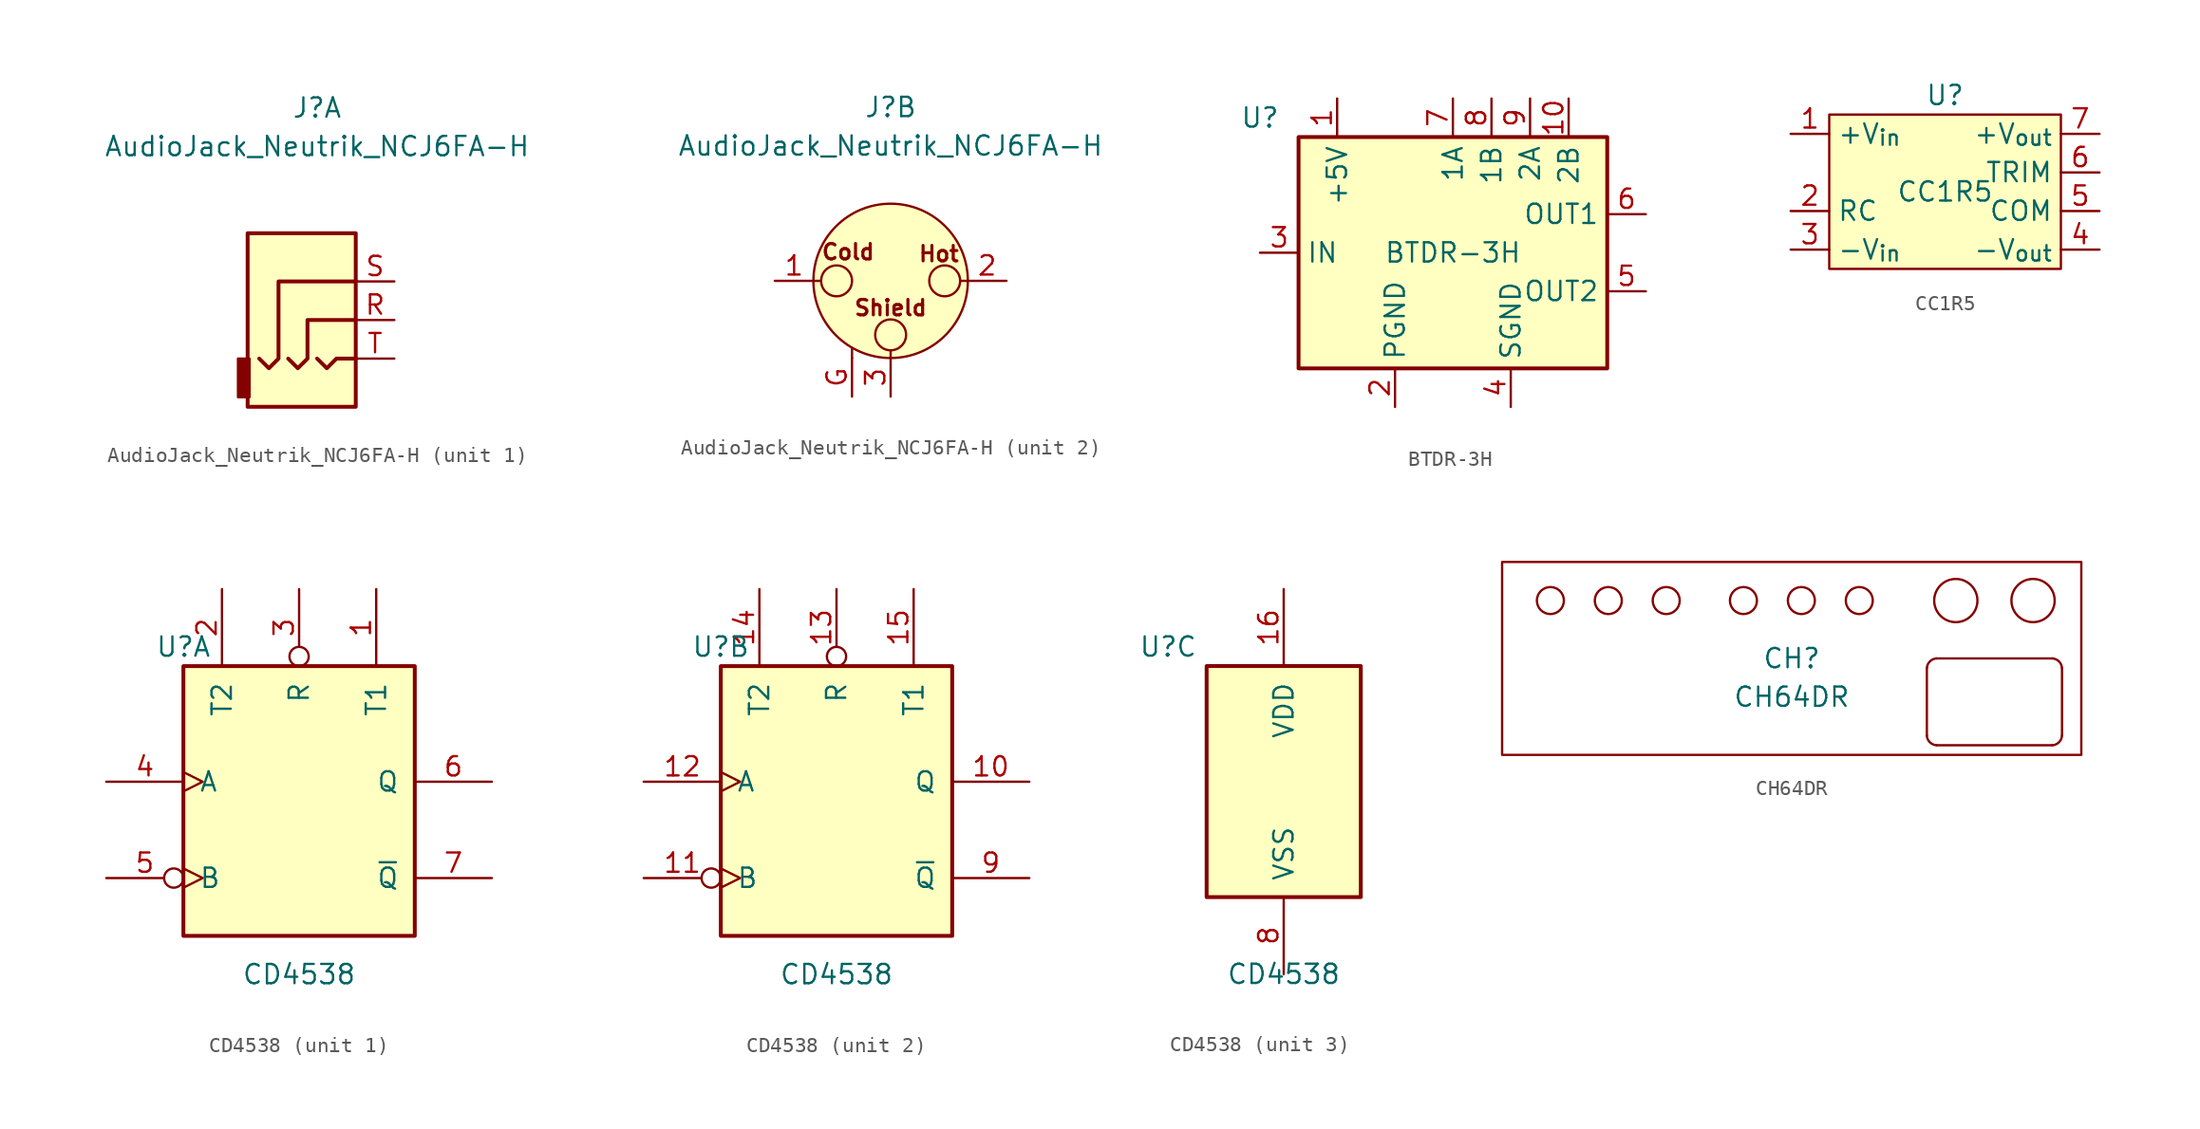
<source format=kicad_sym>
(kicad_symbol_lib
  (version 20211014)
  (generator kicad_symbol_editor)
  (symbol "AudioJack_Neutrik_NCJ6FA-H"
    (pin_names
      (offset 1.016))
    (property "Reference" "J"
      (at 0 11.43 0)
      (effects (font (size 1.27 1.27))))
    (property "Value" "AudioJack_Neutrik_NCJ6FA-H"
      (at 0 8.89 0)
      (effects (font (size 1.27 1.27))))
    (property "ki_locked" ""
      (at 0 0 0)
      (effects (font (size 1.27 1.27))))
    (symbol "AudioJack_Neutrik_NCJ6FA-H_1_1"
      (rectangle (start -4.445 -7.62) (end -5.207 -5.08) (stroke (width 0) (type default) (color 0 0 0 0)) (fill (type outline)))
      (polyline (pts (xy 0 -5.08) (xy 0.635 -5.715) (xy 1.27 -5.08) (xy 2.54 -5.08)) (stroke (width 0.254) (type default) (color 0 0 0 0)) (fill (type none)))
      (polyline (pts (xy 2.54 -2.54) (xy -0.635 -2.54) (xy -0.635 -5.08) (xy -1.27 -5.715) (xy -1.905 -5.08)) (stroke (width 0.254) (type default) (color 0 0 0 0)) (fill (type none)))
      (polyline (pts (xy 2.54 0) (xy -2.54 0) (xy -2.54 -5.08) (xy -3.175 -5.715) (xy -3.81 -5.08)) (stroke (width 0.254) (type default) (color 0 0 0 0)) (fill (type none)))
      (rectangle (start 2.54 -8.255) (end -4.572 3.175) (stroke (width 0.254) (type default) (color 0 0 0 0)) (fill (type background)))
      (pin passive line (at 5.08 -2.54 180) (length 2.54) (name "~" (effects (font (size 1.27 1.27)))) (number "R" (effects (font (size 1.27 1.27)))))
      (pin passive line (at 5.08 0 180) (length 2.54) (name "~" (effects (font (size 1.27 1.27)))) (number "S" (effects (font (size 1.27 1.27)))))
      (pin passive line (at 5.08 -5.08 180) (length 2.54) (name "~" (effects (font (size 1.27 1.27)))) (number "T" (effects (font (size 1.27 1.27))))))
    (symbol "AudioJack_Neutrik_NCJ6FA-H_2_1"
      (circle (center -3.556 0) (radius 1.016) (stroke (width 0) (type default) (color 0 0 0 0)) (fill (type none)))
      (circle (center 0 -3.556) (radius 1.016) (stroke (width 0) (type default) (color 0 0 0 0)) (fill (type none)))
      (polyline (pts (xy -5.08 0) (xy -4.572 0)) (stroke (width 0) (type default) (color 0 0 0 0)) (fill (type none)))
      (polyline (pts (xy -2.54 -5.08) (xy -2.54 -4.445)) (stroke (width 0) (type default) (color 0 0 0 0)) (fill (type none)))
      (polyline (pts (xy 0 -5.08) (xy 0 -4.572)) (stroke (width 0) (type default) (color 0 0 0 0)) (fill (type none)))
      (polyline (pts (xy 5.08 0) (xy 4.572 0)) (stroke (width 0) (type default) (color 0 0 0 0)) (fill (type none)))
      (circle (center 0 0) (radius 5.08) (stroke (width 0) (type default) (color 0 0 0 0)) (fill (type background)))
      (circle (center 3.556 0) (radius 1.016) (stroke (width 0) (type default) (color 0 0 0 0)) (fill (type none)))
      (text "Cold" (at -2.794 1.905 0) (effects (font (size 1.016 1.016) bold)))
      (text "Hot" (at 3.175 1.778 0) (effects (font (size 1.016 1.016) bold)))
      (text "Shield" (at 0 -1.778 0) (effects (font (size 1.016 1.016) bold)))
      (pin passive line (at -7.62 0 0) (length 2.54) (name "~" (effects (font (size 1.27 1.27)))) (number "1" (effects (font (size 1.27 1.27)))))
      (pin passive line (at 7.62 0 180) (length 2.54) (name "~" (effects (font (size 1.27 1.27)))) (number "2" (effects (font (size 1.27 1.27)))))
      (pin passive line (at 0 -7.62 90) (length 2.54) (name "~" (effects (font (size 1.27 1.27)))) (number "3" (effects (font (size 1.27 1.27)))))
      (pin passive line (at -2.54 -7.62 90) (length 2.54) (name "~" (effects (font (size 1.27 1.27)))) (number "G" (effects (font (size 1.27 1.27)))))))
  (symbol "BTDR-3H"
    (property "Reference" "U"
      (at -12.7 8.89 0)
      (effects (font (size 1.27 1.27))))
    (property "Value" "BTDR-3H"
      (at 0 0 0)
      (effects (font (size 1.27 1.27))))
    (symbol "BTDR-3H_0_1"
      (rectangle (start 10.16 7.62) (end -10.16 -7.62) (stroke (width 0.254) (type default) (color 0 0 0 0)) (fill (type background))))
    (symbol "BTDR-3H_1_1"
      (pin power_in line (at -7.62 10.16 270) (length 2.54) (name "+5V" (effects (font (size 1.27 1.27)))) (number "1" (effects (font (size 1.27 1.27)))))
      (pin input line (at 7.62 10.16 270) (length 2.54) (name "2B" (effects (font (size 1.27 1.27)))) (number "10" (effects (font (size 1.27 1.27)))))
      (pin power_in line (at -3.81 -10.16 90) (length 2.54) (name "PGND" (effects (font (size 1.27 1.27)))) (number "2" (effects (font (size 1.27 1.27)))))
      (pin input line (at -12.7 0 0) (length 2.54) (name "IN" (effects (font (size 1.27 1.27)))) (number "3" (effects (font (size 1.27 1.27)))))
      (pin power_in line (at 3.81 -10.16 90) (length 2.54) (name "SGND" (effects (font (size 1.27 1.27)))) (number "4" (effects (font (size 1.27 1.27)))))
      (pin output line (at 12.7 -2.54 180) (length 2.54) (name "OUT2" (effects (font (size 1.27 1.27)))) (number "5" (effects (font (size 1.27 1.27)))))
      (pin output line (at 12.7 2.54 180) (length 2.54) (name "OUT1" (effects (font (size 1.27 1.27)))) (number "6" (effects (font (size 1.27 1.27)))))
      (pin input line (at 0 10.16 270) (length 2.54) (name "1A" (effects (font (size 1.27 1.27)))) (number "7" (effects (font (size 1.27 1.27)))))
      (pin input line (at 2.54 10.16 270) (length 2.54) (name "1B" (effects (font (size 1.27 1.27)))) (number "8" (effects (font (size 1.27 1.27)))))
      (pin input line (at 5.08 10.16 270) (length 2.54) (name "2A" (effects (font (size 1.27 1.27)))) (number "9" (effects (font (size 1.27 1.27)))))))
  (symbol "CC1R5"
    (property "Reference" "U"
      (at 0 6.35 0)
      (effects (font (size 1.27 1.27))))
    (property "Value" "CC1R5"
      (at 0 0 0)
      (effects (font (size 1.27 1.27))))
    (symbol "CC1R5_0_1"
      (rectangle (start -7.62 5.08) (end 7.62 -5.08) (stroke (width 0.152) (type default) (color 0 0 0 0)) (fill (type background))))
    (symbol "CC1R5_1_1"
      (pin input line (at -10.16 3.81 0) (length 2.54) (name "+V_{in}" (effects (font (size 1.27 1.27)))) (number "1" (effects (font (size 1.27 1.27)))))
      (pin input line (at -10.16 -1.27 0) (length 2.54) (name "RC" (effects (font (size 1.27 1.27)))) (number "2" (effects (font (size 1.27 1.27)))))
      (pin input line (at -10.16 -3.81 0) (length 2.54) (name "-V_{in}" (effects (font (size 1.27 1.27)))) (number "3" (effects (font (size 1.27 1.27)))))
      (pin output line (at 10.16 -3.81 180) (length 2.54) (name "-V_{out}" (effects (font (size 1.27 1.27)))) (number "4" (effects (font (size 1.27 1.27)))))
      (pin output line (at 10.16 -1.27 180) (length 2.54) (name "COM" (effects (font (size 1.27 1.27)))) (number "5" (effects (font (size 1.27 1.27)))))
      (pin output line (at 10.16 1.27 180) (length 2.54) (name "TRIM" (effects (font (size 1.27 1.27)))) (number "6" (effects (font (size 1.27 1.27)))))
      (pin output line (at 10.16 3.81 180) (length 2.54) (name "+V_{out}" (effects (font (size 1.27 1.27)))) (number "7" (effects (font (size 1.27 1.27)))))))
  (symbol "CD4538"
    (pin_names
      (offset 1.016))
    (property "Reference" "U"
      (at -7.62 8.89 0)
      (effects (font (size 1.27 1.27))))
    (property "Value" "CD4538"
      (at 0 -12.7 0)
      (effects (font (size 1.27 1.27))))
    (property "ki_locked" ""
      (at 0 0 0)
      (effects (font (size 1.27 1.27))))
    (symbol "CD4538_1_0"
      (pin power_in line (at 5.08 12.7 270) (length 5.08) (name "T1" (effects (font (size 1.27 1.27)))) (number "1" (effects (font (size 1.27 1.27)))))
      (pin input line (at -5.08 12.7 270) (length 5.08) (name "T2" (effects (font (size 1.27 1.27)))) (number "2" (effects (font (size 1.27 1.27)))))
      (pin input inverted (at 0 12.7 270) (length 5.08) (name "R" (effects (font (size 1.27 1.27)))) (number "3" (effects (font (size 1.27 1.27)))))
      (pin input clock (at -12.7 0 0) (length 5.08) (name "A" (effects (font (size 1.27 1.27)))) (number "4" (effects (font (size 1.27 1.27)))))
      (pin input inverted_clock (at -12.7 -6.35 0) (length 5.08) (name "B" (effects (font (size 1.27 1.27)))) (number "5" (effects (font (size 1.27 1.27)))))
      (pin output line (at 12.7 0 180) (length 5.08) (name "Q" (effects (font (size 1.27 1.27)))) (number "6" (effects (font (size 1.27 1.27)))))
      (pin output line (at 12.7 -6.35 180) (length 5.08) (name "~{Q}" (effects (font (size 1.27 1.27)))) (number "7" (effects (font (size 1.27 1.27))))))
    (symbol "CD4538_1_1"
      (rectangle (start -7.62 7.62) (end 7.62 -10.16) (stroke (width 0.254) (type default) (color 0 0 0 0)) (fill (type background))))
    (symbol "CD4538_2_0"
      (pin output line (at 12.7 0 180) (length 5.08) (name "Q" (effects (font (size 1.27 1.27)))) (number "10" (effects (font (size 1.27 1.27)))))
      (pin input inverted_clock (at -12.7 -6.35 0) (length 5.08) (name "B" (effects (font (size 1.27 1.27)))) (number "11" (effects (font (size 1.27 1.27)))))
      (pin input clock (at -12.7 0 0) (length 5.08) (name "A" (effects (font (size 1.27 1.27)))) (number "12" (effects (font (size 1.27 1.27)))))
      (pin input inverted (at 0 12.7 270) (length 5.08) (name "R" (effects (font (size 1.27 1.27)))) (number "13" (effects (font (size 1.27 1.27)))))
      (pin input line (at -5.08 12.7 270) (length 5.08) (name "T2" (effects (font (size 1.27 1.27)))) (number "14" (effects (font (size 1.27 1.27)))))
      (pin power_in line (at 5.08 12.7 270) (length 5.08) (name "T1" (effects (font (size 1.27 1.27)))) (number "15" (effects (font (size 1.27 1.27)))))
      (pin output line (at 12.7 -6.35 180) (length 5.08) (name "~{Q}" (effects (font (size 1.27 1.27)))) (number "9" (effects (font (size 1.27 1.27))))))
    (symbol "CD4538_2_1"
      (rectangle (start -7.62 7.62) (end 7.62 -10.16) (stroke (width 0.254) (type default) (color 0 0 0 0)) (fill (type background))))
    (symbol "CD4538_3_0"
      (pin power_in line (at 0 12.7 270) (length 5.08) (name "VDD" (effects (font (size 1.27 1.27)))) (number "16" (effects (font (size 1.27 1.27)))))
      (pin power_in line (at 0 -12.7 90) (length 5.08) (name "VSS" (effects (font (size 1.27 1.27)))) (number "8" (effects (font (size 1.27 1.27))))))
    (symbol "CD4538_3_1"
      (rectangle (start -5.08 7.62) (end 5.08 -7.62) (stroke (width 0.254) (type default) (color 0 0 0 0)) (fill (type background)))))
  (symbol "CH64DR"
    (pin_names
      (offset 1.016))
    (property "Reference" "CH"
      (at 0 0 0)
      (effects (font (size 1.27 1.27))))
    (property "Value" "CH64DR"
      (at 0 -2.54 0)
      (effects (font (size 1.27 1.27))))
    (symbol "CH64DR_0_1"
      (rectangle (start -19.05 6.35) (end 19.05 -6.35) (stroke (width 0) (type default) (color 0 0 0 0)) (fill (type none)))
      (circle (center -15.875 3.81) (radius 0.889) (stroke (width 0) (type default) (color 0 0 0 0)) (fill (type none)))
      (circle (center -12.065 3.81) (radius 0.889) (stroke (width 0) (type default) (color 0 0 0 0)) (fill (type none)))
      (circle (center -8.255 3.81) (radius 0.889) (stroke (width 0) (type default) (color 0 0 0 0)) (fill (type none)))
      (circle (center -3.175 3.81) (radius 0.889) (stroke (width 0) (type default) (color 0 0 0 0)) (fill (type none)))
      (circle (center 0.635 3.81) (radius 0.889) (stroke (width 0) (type default) (color 0 0 0 0)) (fill (type none)))
      (circle (center 4.445 3.81) (radius 0.889) (stroke (width 0) (type default) (color 0 0 0 0)) (fill (type none)))
      (rectangle (start 8.89 -5.08) (end 8.89 -0.635) (stroke (width 0) (type default) (color 0 0 0 0)) (fill (type none)))
      (arc (start 8.89 -5.08) (mid 9.0847 -5.5129) (end 9.525 -5.715) (stroke (width 0) (type default) (color 0 0 0 0)) (fill (type none)))
      (rectangle (start 9.525 -5.715) (end 17.145 -5.715) (stroke (width 0) (type default) (color 0 0 0 0)) (fill (type none)))
      (arc (start 9.525 0) (mid 9.0921 -0.1947) (end 8.89 -0.635) (stroke (width 0) (type default) (color 0 0 0 0)) (fill (type none)))
      (circle (center 10.795 3.81) (radius 1.422) (stroke (width 0) (type default) (color 0 0 0 0)) (fill (type none)))
      (circle (center 15.875 3.81) (radius 1.422) (stroke (width 0) (type default) (color 0 0 0 0)) (fill (type none)))
      (arc (start 17.145 -5.715) (mid 17.5779 -5.5203) (end 17.78 -5.08) (stroke (width 0) (type default) (color 0 0 0 0)) (fill (type none)))
      (rectangle (start 17.145 0) (end 9.525 0) (stroke (width 0) (type default) (color 0 0 0 0)) (fill (type none)))
      (arc (start 17.78 -0.635) (mid 17.5853 -0.2021) (end 17.145 0) (stroke (width 0) (type default) (color 0 0 0 0)) (fill (type none)))
      (rectangle (start 17.78 -0.635) (end 17.78 -5.08) (stroke (width 0) (type default) (color 0 0 0 0)) (fill (type none))))))
</source>
